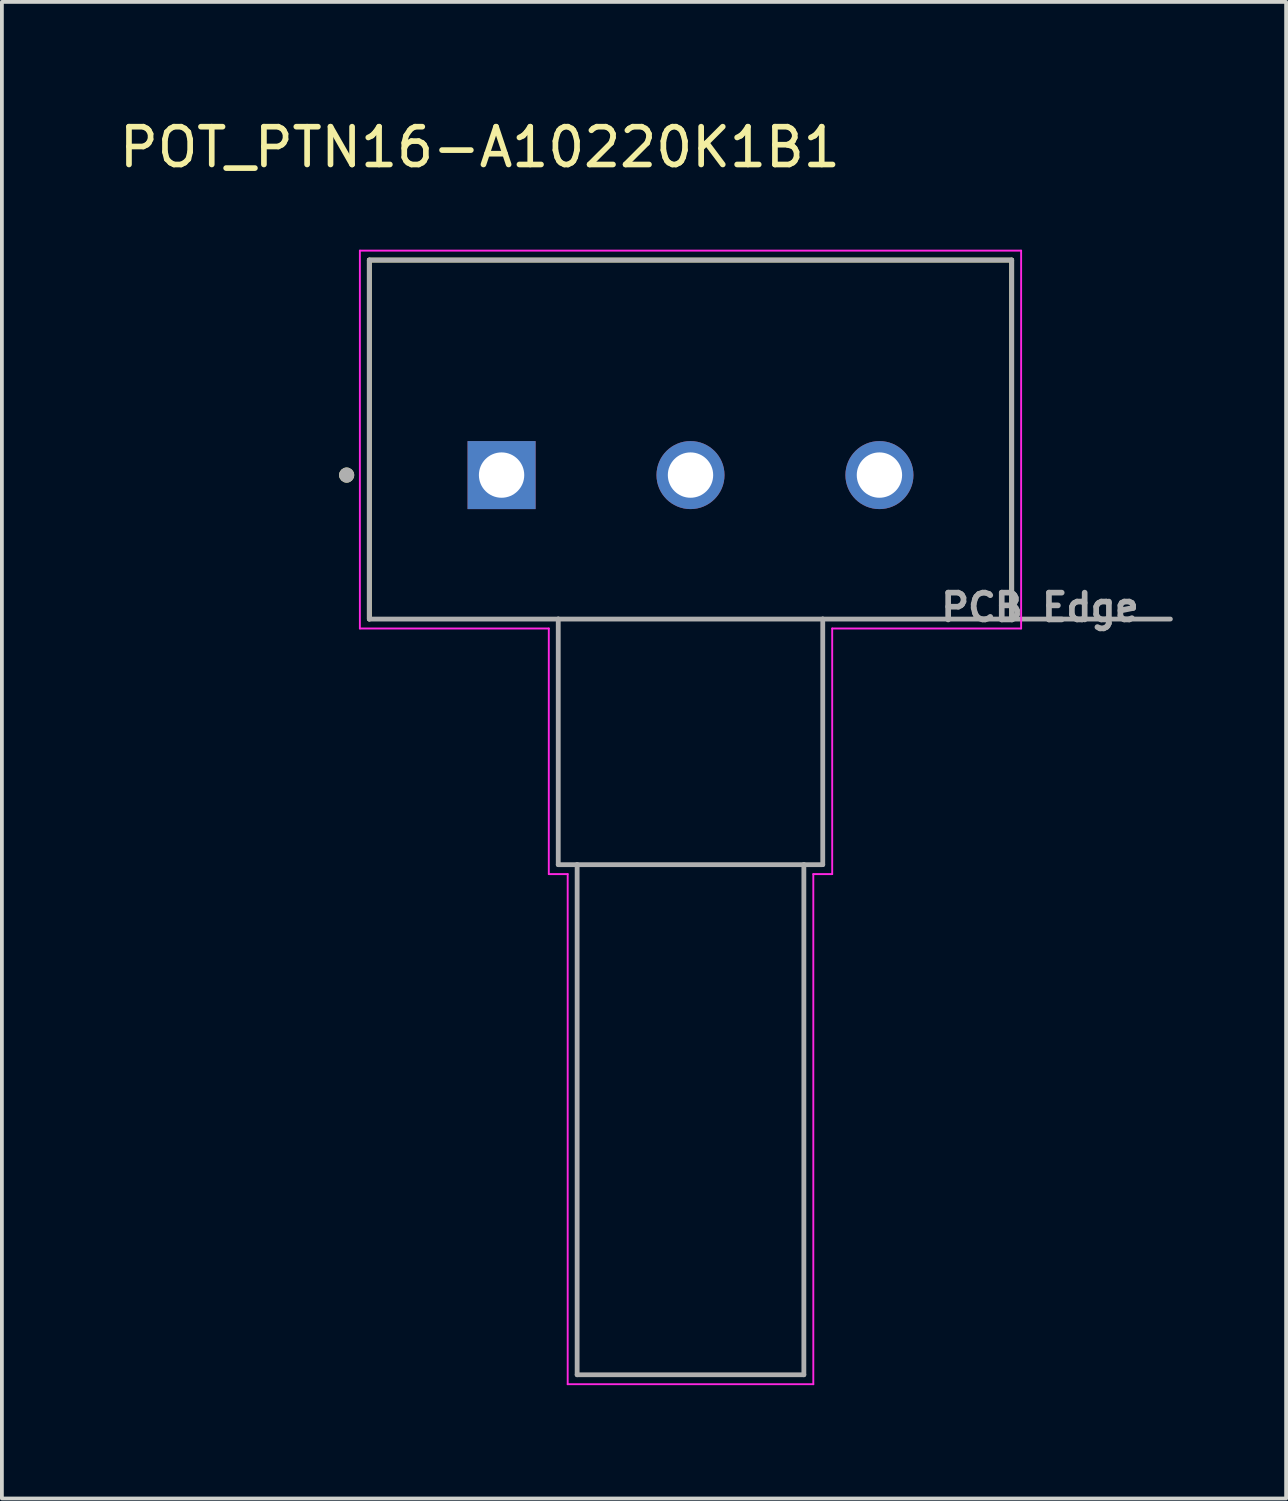
<source format=kicad_pcb>
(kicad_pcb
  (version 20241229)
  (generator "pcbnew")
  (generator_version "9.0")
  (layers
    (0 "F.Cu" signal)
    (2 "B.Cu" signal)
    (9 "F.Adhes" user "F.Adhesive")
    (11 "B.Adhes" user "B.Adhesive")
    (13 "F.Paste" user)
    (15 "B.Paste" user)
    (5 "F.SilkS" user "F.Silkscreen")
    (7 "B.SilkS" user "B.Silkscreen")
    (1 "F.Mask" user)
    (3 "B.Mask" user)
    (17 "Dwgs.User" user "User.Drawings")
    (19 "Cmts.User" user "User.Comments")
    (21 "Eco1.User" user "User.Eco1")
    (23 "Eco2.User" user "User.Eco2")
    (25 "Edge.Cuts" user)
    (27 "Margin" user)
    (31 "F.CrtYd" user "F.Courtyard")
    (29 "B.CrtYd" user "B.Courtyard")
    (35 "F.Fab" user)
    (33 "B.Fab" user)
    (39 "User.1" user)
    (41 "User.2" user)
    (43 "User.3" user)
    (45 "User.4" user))
  (footprint "POT_PTN16-A10220K1B1"
    (layer "F.Cu")
    (at 10.224 9.523)
    (property "Reference" "POT_PTN16-A10220K1B1" (at -0.575 -8.675 0) (layer "F.SilkS") (effects (font (size 1 1) (thickness 0.15))))
    (attr through_hole)
    (fp_line (start -3.5 -5.69) (end -3.5 3.81) (stroke (width 0.127) (type solid)) (layer "F.SilkS"))
    (fp_line (start 13.5 -5.69) (end -3.5 -5.69) (stroke (width 0.127) (type solid)) (layer "F.SilkS"))
    (fp_line (start 13.5 3.81) (end 13.5 -5.69) (stroke (width 0.127) (type solid)) (layer "F.SilkS"))
    (fp_circle (center -4.1 0) (end -4 0) (stroke (width 0.2) (type solid)) (fill no) (layer "F.SilkS"))
    (fp_line (start -3.75 -5.94) (end -3.75 4.06) (stroke (width 0.05) (type solid)) (layer "F.CrtYd"))
    (fp_line (start -3.75 4.06) (end 1.25 4.06) (stroke (width 0.05) (type solid)) (layer "F.CrtYd"))
    (fp_line (start 1.25 4.06) (end 1.25 10.56) (stroke (width 0.05) (type solid)) (layer "F.CrtYd"))
    (fp_line (start 1.25 10.56) (end 1.75 10.56) (stroke (width 0.05) (type solid)) (layer "F.CrtYd"))
    (fp_line (start 1.75 10.56) (end 1.75 24.06) (stroke (width 0.05) (type solid)) (layer "F.CrtYd"))
    (fp_line (start 1.75 24.06) (end 8.25 24.06) (stroke (width 0.05) (type solid)) (layer "F.CrtYd"))
    (fp_line (start 8.25 10.56) (end 8.25 24.06) (stroke (width 0.05) (type solid)) (layer "F.CrtYd"))
    (fp_line (start 8.75 4.06) (end 13.75 4.06) (stroke (width 0.05) (type solid)) (layer "F.CrtYd"))
    (fp_line (start 8.75 10.56) (end 8.25 10.56) (stroke (width 0.05) (type solid)) (layer "F.CrtYd"))
    (fp_line (start 8.75 10.56) (end 8.75 4.06) (stroke (width 0.05) (type solid)) (layer "F.CrtYd"))
    (fp_line (start 13.75 -5.94) (end -3.75 -5.94) (stroke (width 0.05) (type solid)) (layer "F.CrtYd"))
    (fp_line (start 13.75 4.06) (end 13.75 -5.94) (stroke (width 0.05) (type solid)) (layer "F.CrtYd"))
    (fp_line (start -3.5 -5.69) (end -3.5 3.81) (stroke (width 0.127) (type solid)) (layer "F.Fab"))
    (fp_line (start -3.5 3.81) (end 1.5 3.81) (stroke (width 0.127) (type solid)) (layer "F.Fab"))
    (fp_line (start 1.5 3.81) (end 1.5 10.31) (stroke (width 0.127) (type solid)) (layer "F.Fab"))
    (fp_line (start 1.5 3.81) (end 8.5 3.81) (stroke (width 0.127) (type solid)) (layer "F.Fab"))
    (fp_line (start 1.5 10.31) (end 2 10.31) (stroke (width 0.127) (type solid)) (layer "F.Fab"))
    (fp_line (start 2 10.31) (end 2 23.81) (stroke (width 0.127) (type solid)) (layer "F.Fab"))
    (fp_line (start 2 10.31) (end 8 10.31) (stroke (width 0.127) (type solid)) (layer "F.Fab"))
    (fp_line (start 2 23.81) (end 8 23.81) (stroke (width 0.127) (type solid)) (layer "F.Fab"))
    (fp_line (start 8 10.31) (end 8.5 10.31) (stroke (width 0.127) (type solid)) (layer "F.Fab"))
    (fp_line (start 8 23.81) (end 8 10.31) (stroke (width 0.127) (type solid)) (layer "F.Fab"))
    (fp_line (start 8.5 3.81) (end 13.5 3.81) (stroke (width 0.127) (type solid)) (layer "F.Fab"))
    (fp_line (start 8.5 10.31) (end 8.5 3.81) (stroke (width 0.127) (type solid)) (layer "F.Fab"))
    (fp_line (start 13.5 -5.69) (end -3.5 -5.69) (stroke (width 0.127) (type solid)) (layer "F.Fab"))
    (fp_line (start 13.5 3.81) (end 13.5 -5.69) (stroke (width 0.127) (type solid)) (layer "F.Fab"))
    (fp_line (start 13.5 3.81) (end 17.7 3.81) (stroke (width 0.127) (type solid)) (layer "F.Fab"))
    (fp_circle (center -4.1 0) (end -4 0) (stroke (width 0.2) (type solid)) (fill no) (layer "F.Fab"))
    (fp_text user "PCB Edge" (at 14.25 3.5 0) (layer "F.Fab") (effects (font (size 0.709 0.709) (thickness 0.15))))
    (pad "1" thru_hole rect (at 0 0) (size 1.8 1.8) (drill 1.2) (layers "*.Cu" "*.Mask"))
    (pad "2" thru_hole circle (at 5 0) (size 1.8 1.8) (drill 1.2) (layers "*.Cu" "*.Mask"))
    (pad "3" thru_hole circle (at 10 0) (size 1.8 1.8) (drill 1.2) (layers "*.Cu" "*.Mask")))
  (gr_rect
    (start -3 -3)
    (end 30.987 36.608)
    (stroke (width 0.1) (type default))
    (fill no)
    (layer "Edge.Cuts")))
</source>
